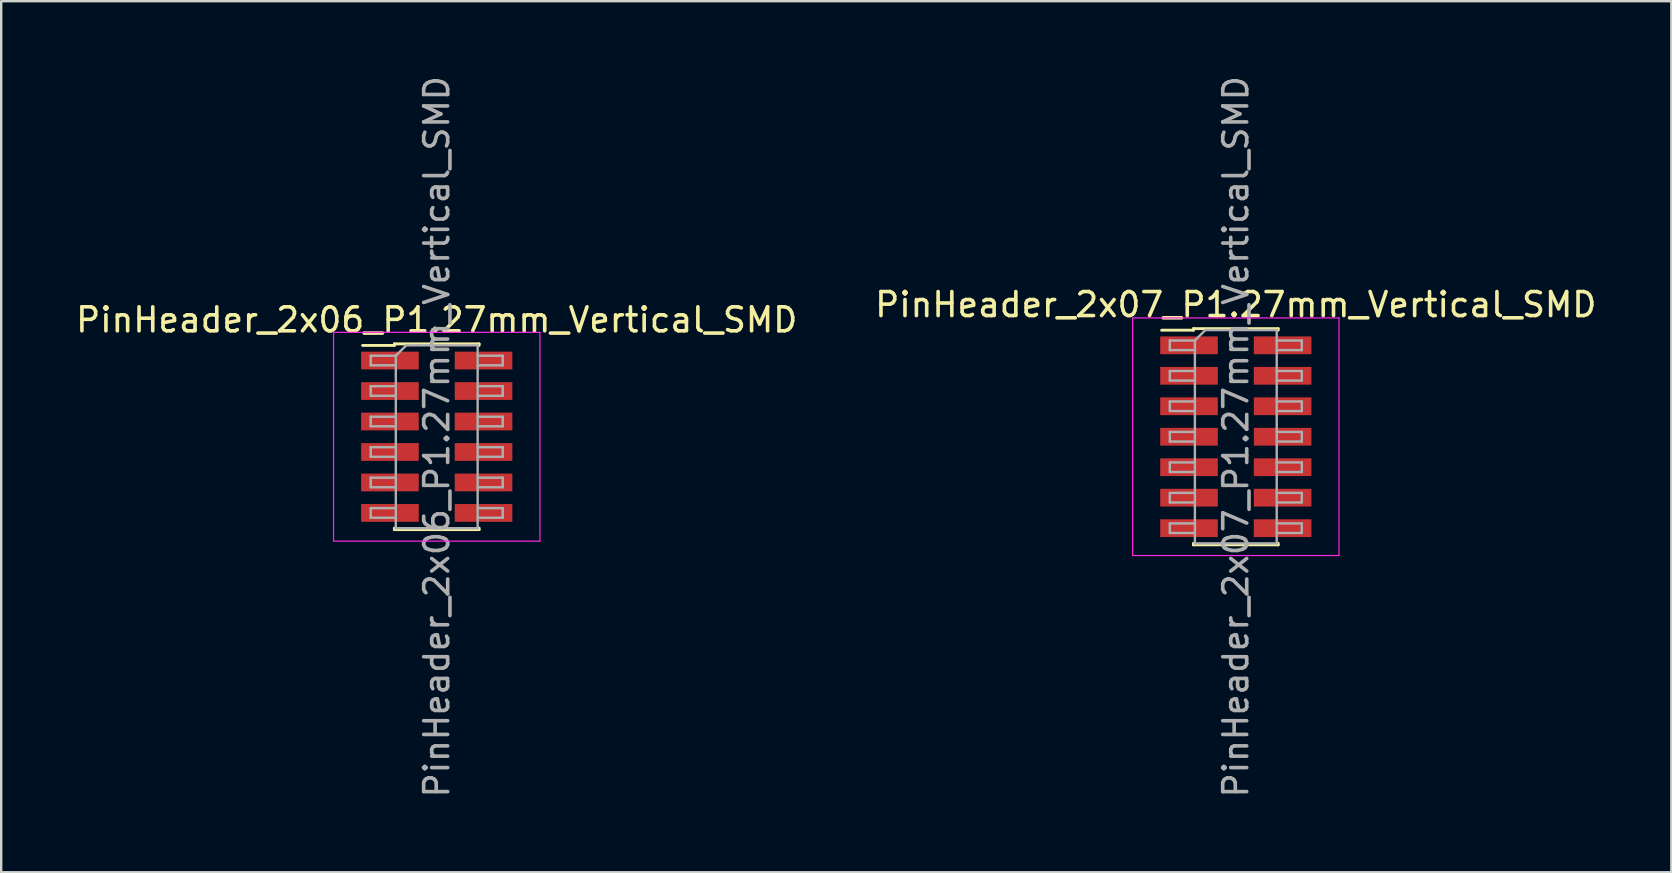
<source format=kicad_pcb>
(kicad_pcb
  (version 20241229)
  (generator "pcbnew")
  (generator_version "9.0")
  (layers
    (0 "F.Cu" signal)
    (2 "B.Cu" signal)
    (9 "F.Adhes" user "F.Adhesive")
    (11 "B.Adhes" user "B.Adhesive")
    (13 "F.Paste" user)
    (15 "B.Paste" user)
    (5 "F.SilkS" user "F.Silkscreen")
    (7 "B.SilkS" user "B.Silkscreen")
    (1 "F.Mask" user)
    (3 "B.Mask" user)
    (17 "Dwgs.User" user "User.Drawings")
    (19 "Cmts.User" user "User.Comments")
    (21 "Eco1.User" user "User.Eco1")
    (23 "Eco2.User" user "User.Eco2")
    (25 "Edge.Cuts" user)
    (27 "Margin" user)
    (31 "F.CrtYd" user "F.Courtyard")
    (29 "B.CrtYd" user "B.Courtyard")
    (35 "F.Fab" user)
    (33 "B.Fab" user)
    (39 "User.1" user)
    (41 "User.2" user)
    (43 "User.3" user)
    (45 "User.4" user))
  (footprint "PinHeader_2x07_P1.27mm_Vertical_SMD"
    (layer "F.Cu")
    (at 48.446 15.149)
    (property "Reference" "PinHeader_2x07_P1.27mm_Vertical_SMD" (at 0 -5.505 0) (layer "F.SilkS") (effects (font (size 1 1) (thickness 0.15))))
    (attr smd)
    (fp_line (start -3.09 -4.44) (end -1.765 -4.44) (stroke (width 0.12) (type solid)) (layer "F.SilkS"))
    (fp_line (start -1.765 -4.505) (end -1.765 -4.44) (stroke (width 0.12) (type solid)) (layer "F.SilkS"))
    (fp_line (start -1.765 -4.505) (end 1.765 -4.505) (stroke (width 0.12) (type solid)) (layer "F.SilkS"))
    (fp_line (start -1.765 4.44) (end -1.765 4.505) (stroke (width 0.12) (type solid)) (layer "F.SilkS"))
    (fp_line (start -1.765 4.505) (end 1.765 4.505) (stroke (width 0.12) (type solid)) (layer "F.SilkS"))
    (fp_line (start 1.765 -4.505) (end 1.765 -4.44) (stroke (width 0.12) (type solid)) (layer "F.SilkS"))
    (fp_line (start 1.765 4.44) (end 1.765 4.505) (stroke (width 0.12) (type solid)) (layer "F.SilkS"))
    (fp_line (start -4.3 -4.95) (end -4.3 4.95) (stroke (width 0.05) (type solid)) (layer "F.CrtYd"))
    (fp_line (start -4.3 4.95) (end 4.3 4.95) (stroke (width 0.05) (type solid)) (layer "F.CrtYd"))
    (fp_line (start 4.3 -4.95) (end -4.3 -4.95) (stroke (width 0.05) (type solid)) (layer "F.CrtYd"))
    (fp_line (start 4.3 4.95) (end 4.3 -4.95) (stroke (width 0.05) (type solid)) (layer "F.CrtYd"))
    (fp_line (start -2.75 -4.01) (end -2.75 -3.61) (stroke (width 0.1) (type solid)) (layer "F.Fab"))
    (fp_line (start -2.75 -3.61) (end -1.705 -3.61) (stroke (width 0.1) (type solid)) (layer "F.Fab"))
    (fp_line (start -2.75 -2.74) (end -2.75 -2.34) (stroke (width 0.1) (type solid)) (layer "F.Fab"))
    (fp_line (start -2.75 -2.34) (end -1.705 -2.34) (stroke (width 0.1) (type solid)) (layer "F.Fab"))
    (fp_line (start -2.75 -1.47) (end -2.75 -1.07) (stroke (width 0.1) (type solid)) (layer "F.Fab"))
    (fp_line (start -2.75 -1.07) (end -1.705 -1.07) (stroke (width 0.1) (type solid)) (layer "F.Fab"))
    (fp_line (start -2.75 -0.2) (end -2.75 0.2) (stroke (width 0.1) (type solid)) (layer "F.Fab"))
    (fp_line (start -2.75 0.2) (end -1.705 0.2) (stroke (width 0.1) (type solid)) (layer "F.Fab"))
    (fp_line (start -2.75 1.07) (end -2.75 1.47) (stroke (width 0.1) (type solid)) (layer "F.Fab"))
    (fp_line (start -2.75 1.47) (end -1.705 1.47) (stroke (width 0.1) (type solid)) (layer "F.Fab"))
    (fp_line (start -2.75 2.34) (end -2.75 2.74) (stroke (width 0.1) (type solid)) (layer "F.Fab"))
    (fp_line (start -2.75 2.74) (end -1.705 2.74) (stroke (width 0.1) (type solid)) (layer "F.Fab"))
    (fp_line (start -2.75 3.61) (end -2.75 4.01) (stroke (width 0.1) (type solid)) (layer "F.Fab"))
    (fp_line (start -2.75 4.01) (end -1.705 4.01) (stroke (width 0.1) (type solid)) (layer "F.Fab"))
    (fp_line (start -1.705 -4.01) (end -2.75 -4.01) (stroke (width 0.1) (type solid)) (layer "F.Fab"))
    (fp_line (start -1.705 -4.01) (end -1.27 -4.445) (stroke (width 0.1) (type solid)) (layer "F.Fab"))
    (fp_line (start -1.705 -2.74) (end -2.75 -2.74) (stroke (width 0.1) (type solid)) (layer "F.Fab"))
    (fp_line (start -1.705 -1.47) (end -2.75 -1.47) (stroke (width 0.1) (type solid)) (layer "F.Fab"))
    (fp_line (start -1.705 -0.2) (end -2.75 -0.2) (stroke (width 0.1) (type solid)) (layer "F.Fab"))
    (fp_line (start -1.705 1.07) (end -2.75 1.07) (stroke (width 0.1) (type solid)) (layer "F.Fab"))
    (fp_line (start -1.705 2.34) (end -2.75 2.34) (stroke (width 0.1) (type solid)) (layer "F.Fab"))
    (fp_line (start -1.705 3.61) (end -2.75 3.61) (stroke (width 0.1) (type solid)) (layer "F.Fab"))
    (fp_line (start -1.705 4.445) (end -1.705 -4.01) (stroke (width 0.1) (type solid)) (layer "F.Fab"))
    (fp_line (start -1.27 -4.445) (end 1.705 -4.445) (stroke (width 0.1) (type solid)) (layer "F.Fab"))
    (fp_line (start 1.705 -4.445) (end 1.705 4.445) (stroke (width 0.1) (type solid)) (layer "F.Fab"))
    (fp_line (start 1.705 -4.01) (end 2.75 -4.01) (stroke (width 0.1) (type solid)) (layer "F.Fab"))
    (fp_line (start 1.705 -2.74) (end 2.75 -2.74) (stroke (width 0.1) (type solid)) (layer "F.Fab"))
    (fp_line (start 1.705 -1.47) (end 2.75 -1.47) (stroke (width 0.1) (type solid)) (layer "F.Fab"))
    (fp_line (start 1.705 -0.2) (end 2.75 -0.2) (stroke (width 0.1) (type solid)) (layer "F.Fab"))
    (fp_line (start 1.705 1.07) (end 2.75 1.07) (stroke (width 0.1) (type solid)) (layer "F.Fab"))
    (fp_line (start 1.705 2.34) (end 2.75 2.34) (stroke (width 0.1) (type solid)) (layer "F.Fab"))
    (fp_line (start 1.705 3.61) (end 2.75 3.61) (stroke (width 0.1) (type solid)) (layer "F.Fab"))
    (fp_line (start 1.705 4.445) (end -1.705 4.445) (stroke (width 0.1) (type solid)) (layer "F.Fab"))
    (fp_line (start 2.75 -4.01) (end 2.75 -3.61) (stroke (width 0.1) (type solid)) (layer "F.Fab"))
    (fp_line (start 2.75 -3.61) (end 1.705 -3.61) (stroke (width 0.1) (type solid)) (layer "F.Fab"))
    (fp_line (start 2.75 -2.74) (end 2.75 -2.34) (stroke (width 0.1) (type solid)) (layer "F.Fab"))
    (fp_line (start 2.75 -2.34) (end 1.705 -2.34) (stroke (width 0.1) (type solid)) (layer "F.Fab"))
    (fp_line (start 2.75 -1.47) (end 2.75 -1.07) (stroke (width 0.1) (type solid)) (layer "F.Fab"))
    (fp_line (start 2.75 -1.07) (end 1.705 -1.07) (stroke (width 0.1) (type solid)) (layer "F.Fab"))
    (fp_line (start 2.75 -0.2) (end 2.75 0.2) (stroke (width 0.1) (type solid)) (layer "F.Fab"))
    (fp_line (start 2.75 0.2) (end 1.705 0.2) (stroke (width 0.1) (type solid)) (layer "F.Fab"))
    (fp_line (start 2.75 1.07) (end 2.75 1.47) (stroke (width 0.1) (type solid)) (layer "F.Fab"))
    (fp_line (start 2.75 1.47) (end 1.705 1.47) (stroke (width 0.1) (type solid)) (layer "F.Fab"))
    (fp_line (start 2.75 2.34) (end 2.75 2.74) (stroke (width 0.1) (type solid)) (layer "F.Fab"))
    (fp_line (start 2.75 2.74) (end 1.705 2.74) (stroke (width 0.1) (type solid)) (layer "F.Fab"))
    (fp_line (start 2.75 3.61) (end 2.75 4.01) (stroke (width 0.1) (type solid)) (layer "F.Fab"))
    (fp_line (start 2.75 4.01) (end 1.705 4.01) (stroke (width 0.1) (type solid)) (layer "F.Fab"))
    (fp_text user "${REFERENCE}" (at 0 0 90) (layer "F.Fab") (effects (font (size 1 1) (thickness 0.15))))
    (pad "1" smd rect (at -1.95 -3.81) (size 2.4 0.74) (layers "F.Cu" "F.Mask" "F.Paste"))
    (pad "2" smd rect (at 1.95 -3.81) (size 2.4 0.74) (layers "F.Cu" "F.Mask" "F.Paste"))
    (pad "3" smd rect (at -1.95 -2.54) (size 2.4 0.74) (layers "F.Cu" "F.Mask" "F.Paste"))
    (pad "4" smd rect (at 1.95 -2.54) (size 2.4 0.74) (layers "F.Cu" "F.Mask" "F.Paste"))
    (pad "5" smd rect (at -1.95 -1.27) (size 2.4 0.74) (layers "F.Cu" "F.Mask" "F.Paste"))
    (pad "6" smd rect (at 1.95 -1.27) (size 2.4 0.74) (layers "F.Cu" "F.Mask" "F.Paste"))
    (pad "7" smd rect (at -1.95 0) (size 2.4 0.74) (layers "F.Cu" "F.Mask" "F.Paste"))
    (pad "8" smd rect (at 1.95 0) (size 2.4 0.74) (layers "F.Cu" "F.Mask" "F.Paste"))
    (pad "9" smd rect (at -1.95 1.27) (size 2.4 0.74) (layers "F.Cu" "F.Mask" "F.Paste"))
    (pad "10" smd rect (at 1.95 1.27) (size 2.4 0.74) (layers "F.Cu" "F.Mask" "F.Paste"))
    (pad "11" smd rect (at -1.95 2.54) (size 2.4 0.74) (layers "F.Cu" "F.Mask" "F.Paste"))
    (pad "12" smd rect (at 1.95 2.54) (size 2.4 0.74) (layers "F.Cu" "F.Mask" "F.Paste"))
    (pad "13" smd rect (at -1.95 3.81) (size 2.4 0.74) (layers "F.Cu" "F.Mask" "F.Paste"))
    (pad "14" smd rect (at 1.95 3.81) (size 2.4 0.74) (layers "F.Cu" "F.Mask" "F.Paste")))
  (footprint "PinHeader_2x06_P1.27mm_Vertical_SMD"
    (layer "F.Cu")
    (at 15.149 15.149)
    (property "Reference" "PinHeader_2x06_P1.27mm_Vertical_SMD" (at 0 -4.87 0) (layer "F.SilkS") (effects (font (size 1 1) (thickness 0.15))))
    (attr smd)
    (fp_line (start -3.09 -3.805) (end -1.765 -3.805) (stroke (width 0.12) (type solid)) (layer "F.SilkS"))
    (fp_line (start -1.765 -3.87) (end -1.765 -3.805) (stroke (width 0.12) (type solid)) (layer "F.SilkS"))
    (fp_line (start -1.765 -3.87) (end 1.765 -3.87) (stroke (width 0.12) (type solid)) (layer "F.SilkS"))
    (fp_line (start -1.765 3.805) (end -1.765 3.87) (stroke (width 0.12) (type solid)) (layer "F.SilkS"))
    (fp_line (start -1.765 3.87) (end 1.765 3.87) (stroke (width 0.12) (type solid)) (layer "F.SilkS"))
    (fp_line (start 1.765 -3.87) (end 1.765 -3.805) (stroke (width 0.12) (type solid)) (layer "F.SilkS"))
    (fp_line (start 1.765 3.805) (end 1.765 3.87) (stroke (width 0.12) (type solid)) (layer "F.SilkS"))
    (fp_line (start -4.3 -4.35) (end -4.3 4.35) (stroke (width 0.05) (type solid)) (layer "F.CrtYd"))
    (fp_line (start -4.3 4.35) (end 4.3 4.35) (stroke (width 0.05) (type solid)) (layer "F.CrtYd"))
    (fp_line (start 4.3 -4.35) (end -4.3 -4.35) (stroke (width 0.05) (type solid)) (layer "F.CrtYd"))
    (fp_line (start 4.3 4.35) (end 4.3 -4.35) (stroke (width 0.05) (type solid)) (layer "F.CrtYd"))
    (fp_line (start -2.75 -3.375) (end -2.75 -2.975) (stroke (width 0.1) (type solid)) (layer "F.Fab"))
    (fp_line (start -2.75 -2.975) (end -1.705 -2.975) (stroke (width 0.1) (type solid)) (layer "F.Fab"))
    (fp_line (start -2.75 -2.105) (end -2.75 -1.705) (stroke (width 0.1) (type solid)) (layer "F.Fab"))
    (fp_line (start -2.75 -1.705) (end -1.705 -1.705) (stroke (width 0.1) (type solid)) (layer "F.Fab"))
    (fp_line (start -2.75 -0.835) (end -2.75 -0.435) (stroke (width 0.1) (type solid)) (layer "F.Fab"))
    (fp_line (start -2.75 -0.435) (end -1.705 -0.435) (stroke (width 0.1) (type solid)) (layer "F.Fab"))
    (fp_line (start -2.75 0.435) (end -2.75 0.835) (stroke (width 0.1) (type solid)) (layer "F.Fab"))
    (fp_line (start -2.75 0.835) (end -1.705 0.835) (stroke (width 0.1) (type solid)) (layer "F.Fab"))
    (fp_line (start -2.75 1.705) (end -2.75 2.105) (stroke (width 0.1) (type solid)) (layer "F.Fab"))
    (fp_line (start -2.75 2.105) (end -1.705 2.105) (stroke (width 0.1) (type solid)) (layer "F.Fab"))
    (fp_line (start -2.75 2.975) (end -2.75 3.375) (stroke (width 0.1) (type solid)) (layer "F.Fab"))
    (fp_line (start -2.75 3.375) (end -1.705 3.375) (stroke (width 0.1) (type solid)) (layer "F.Fab"))
    (fp_line (start -1.705 -3.375) (end -2.75 -3.375) (stroke (width 0.1) (type solid)) (layer "F.Fab"))
    (fp_line (start -1.705 -3.375) (end -1.27 -3.81) (stroke (width 0.1) (type solid)) (layer "F.Fab"))
    (fp_line (start -1.705 -2.105) (end -2.75 -2.105) (stroke (width 0.1) (type solid)) (layer "F.Fab"))
    (fp_line (start -1.705 -0.835) (end -2.75 -0.835) (stroke (width 0.1) (type solid)) (layer "F.Fab"))
    (fp_line (start -1.705 0.435) (end -2.75 0.435) (stroke (width 0.1) (type solid)) (layer "F.Fab"))
    (fp_line (start -1.705 1.705) (end -2.75 1.705) (stroke (width 0.1) (type solid)) (layer "F.Fab"))
    (fp_line (start -1.705 2.975) (end -2.75 2.975) (stroke (width 0.1) (type solid)) (layer "F.Fab"))
    (fp_line (start -1.705 3.81) (end -1.705 -3.375) (stroke (width 0.1) (type solid)) (layer "F.Fab"))
    (fp_line (start -1.27 -3.81) (end 1.705 -3.81) (stroke (width 0.1) (type solid)) (layer "F.Fab"))
    (fp_line (start 1.705 -3.81) (end 1.705 3.81) (stroke (width 0.1) (type solid)) (layer "F.Fab"))
    (fp_line (start 1.705 -3.375) (end 2.75 -3.375) (stroke (width 0.1) (type solid)) (layer "F.Fab"))
    (fp_line (start 1.705 -2.105) (end 2.75 -2.105) (stroke (width 0.1) (type solid)) (layer "F.Fab"))
    (fp_line (start 1.705 -0.835) (end 2.75 -0.835) (stroke (width 0.1) (type solid)) (layer "F.Fab"))
    (fp_line (start 1.705 0.435) (end 2.75 0.435) (stroke (width 0.1) (type solid)) (layer "F.Fab"))
    (fp_line (start 1.705 1.705) (end 2.75 1.705) (stroke (width 0.1) (type solid)) (layer "F.Fab"))
    (fp_line (start 1.705 2.975) (end 2.75 2.975) (stroke (width 0.1) (type solid)) (layer "F.Fab"))
    (fp_line (start 1.705 3.81) (end -1.705 3.81) (stroke (width 0.1) (type solid)) (layer "F.Fab"))
    (fp_line (start 2.75 -3.375) (end 2.75 -2.975) (stroke (width 0.1) (type solid)) (layer "F.Fab"))
    (fp_line (start 2.75 -2.975) (end 1.705 -2.975) (stroke (width 0.1) (type solid)) (layer "F.Fab"))
    (fp_line (start 2.75 -2.105) (end 2.75 -1.705) (stroke (width 0.1) (type solid)) (layer "F.Fab"))
    (fp_line (start 2.75 -1.705) (end 1.705 -1.705) (stroke (width 0.1) (type solid)) (layer "F.Fab"))
    (fp_line (start 2.75 -0.835) (end 2.75 -0.435) (stroke (width 0.1) (type solid)) (layer "F.Fab"))
    (fp_line (start 2.75 -0.435) (end 1.705 -0.435) (stroke (width 0.1) (type solid)) (layer "F.Fab"))
    (fp_line (start 2.75 0.435) (end 2.75 0.835) (stroke (width 0.1) (type solid)) (layer "F.Fab"))
    (fp_line (start 2.75 0.835) (end 1.705 0.835) (stroke (width 0.1) (type solid)) (layer "F.Fab"))
    (fp_line (start 2.75 1.705) (end 2.75 2.105) (stroke (width 0.1) (type solid)) (layer "F.Fab"))
    (fp_line (start 2.75 2.105) (end 1.705 2.105) (stroke (width 0.1) (type solid)) (layer "F.Fab"))
    (fp_line (start 2.75 2.975) (end 2.75 3.375) (stroke (width 0.1) (type solid)) (layer "F.Fab"))
    (fp_line (start 2.75 3.375) (end 1.705 3.375) (stroke (width 0.1) (type solid)) (layer "F.Fab"))
    (fp_text user "${REFERENCE}" (at 0 0 90) (layer "F.Fab") (effects (font (size 1 1) (thickness 0.15))))
    (pad "1" smd rect (at -1.95 -3.175) (size 2.4 0.74) (layers "F.Cu" "F.Mask" "F.Paste"))
    (pad "2" smd rect (at 1.95 -3.175) (size 2.4 0.74) (layers "F.Cu" "F.Mask" "F.Paste"))
    (pad "3" smd rect (at -1.95 -1.905) (size 2.4 0.74) (layers "F.Cu" "F.Mask" "F.Paste"))
    (pad "4" smd rect (at 1.95 -1.905) (size 2.4 0.74) (layers "F.Cu" "F.Mask" "F.Paste"))
    (pad "5" smd rect (at -1.95 -0.635) (size 2.4 0.74) (layers "F.Cu" "F.Mask" "F.Paste"))
    (pad "6" smd rect (at 1.95 -0.635) (size 2.4 0.74) (layers "F.Cu" "F.Mask" "F.Paste"))
    (pad "7" smd rect (at -1.95 0.635) (size 2.4 0.74) (layers "F.Cu" "F.Mask" "F.Paste"))
    (pad "8" smd rect (at 1.95 0.635) (size 2.4 0.74) (layers "F.Cu" "F.Mask" "F.Paste"))
    (pad "9" smd rect (at -1.95 1.905) (size 2.4 0.74) (layers "F.Cu" "F.Mask" "F.Paste"))
    (pad "10" smd rect (at 1.95 1.905) (size 2.4 0.74) (layers "F.Cu" "F.Mask" "F.Paste"))
    (pad "11" smd rect (at -1.95 3.175) (size 2.4 0.74) (layers "F.Cu" "F.Mask" "F.Paste"))
    (pad "12" smd rect (at 1.95 3.175) (size 2.4 0.74) (layers "F.Cu" "F.Mask" "F.Paste")))
  (gr_rect
    (start -3 -3)
    (end 66.595 33.298)
    (stroke (width 0.1) (type default))
    (fill no)
    (layer "Edge.Cuts")))
</source>
